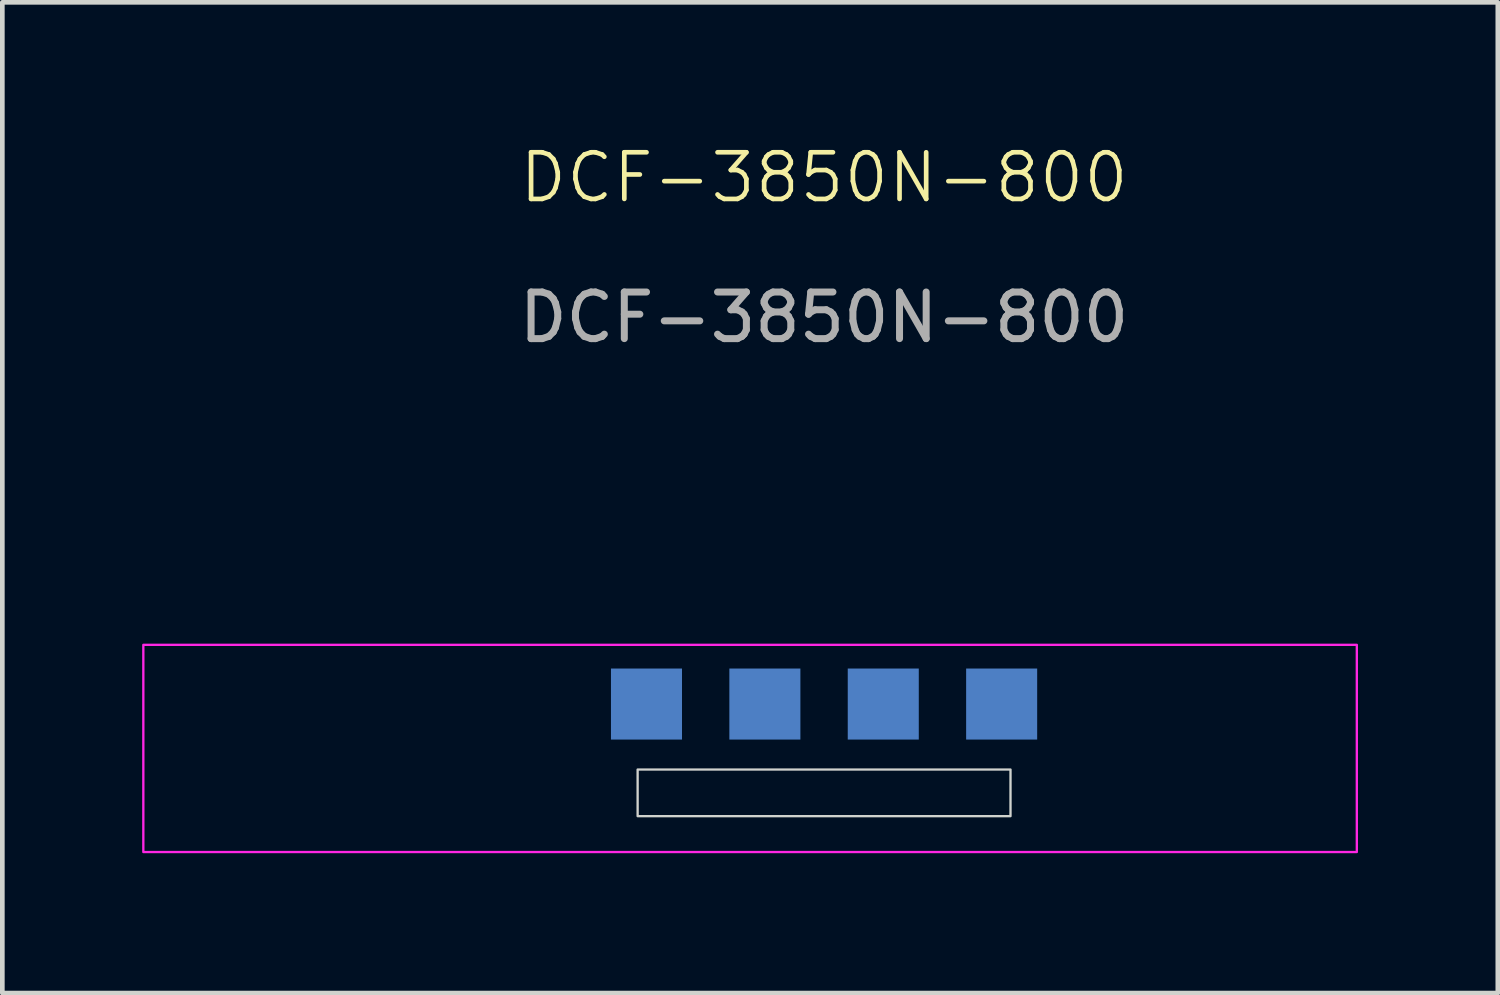
<source format=kicad_pcb>
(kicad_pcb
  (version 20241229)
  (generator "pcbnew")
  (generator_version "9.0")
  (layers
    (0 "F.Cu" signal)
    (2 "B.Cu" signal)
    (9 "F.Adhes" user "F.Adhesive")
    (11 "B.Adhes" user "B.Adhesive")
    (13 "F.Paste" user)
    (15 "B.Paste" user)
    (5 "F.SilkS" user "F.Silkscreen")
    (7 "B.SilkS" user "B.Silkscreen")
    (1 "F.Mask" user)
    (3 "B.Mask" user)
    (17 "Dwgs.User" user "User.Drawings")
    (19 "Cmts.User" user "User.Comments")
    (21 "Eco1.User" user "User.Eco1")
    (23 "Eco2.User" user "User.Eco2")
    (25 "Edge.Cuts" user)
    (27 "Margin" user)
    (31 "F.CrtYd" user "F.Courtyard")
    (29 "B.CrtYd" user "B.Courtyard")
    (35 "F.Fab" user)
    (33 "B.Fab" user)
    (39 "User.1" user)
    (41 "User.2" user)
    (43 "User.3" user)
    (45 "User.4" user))
  (footprint "DCF-3850N-800"
    (layer "F.Cu")
    (at 14.63 13.96)
    (property "Reference" "DCF-3850N-800" (at 0 -13.2 0) (unlocked yes) (layer "F.SilkS") (effects (font (size 1 1) (thickness 0.1))))
    (attr through_hole)
    (fp_rect (start -4 -0.5) (end 4 0.5) (stroke (width 0.05) (type default)) (fill no) (layer "Edge.Cuts"))
    (fp_rect (start -14.605 -3.175) (end 11.43 1.27) (stroke (width 0.05) (type default)) (fill no) (layer "F.CrtYd"))
    (fp_line (start -4 0) (end 4 0) (stroke (width 1.6) (type default)) (layer "User.2"))
    (fp_text user "${REFERENCE}" (at 0 -10.2 0) (unlocked yes) (layer "F.Fab") (effects (font (size 1 1) (thickness 0.15))))
    (pad "1" smd rect (at -3.81 -1.905) (size 1.524 1.524) (layers "B.Cu" "B.Mask" "B.Paste"))
    (pad "2" smd rect (at -1.27 -1.905) (size 1.524 1.524) (layers "B.Cu" "B.Mask" "B.Paste"))
    (pad "3" smd rect (at 1.27 -1.905) (size 1.524 1.524) (layers "B.Cu" "B.Mask" "B.Paste"))
    (pad "4" smd rect (at 3.81 -1.905) (size 1.524 1.524) (layers "B.Cu" "B.Mask" "B.Paste")))
  (gr_rect
    (start -3 -3)
    (end 29.085 18.256)
    (stroke (width 0.1) (type default))
    (fill no)
    (layer "Edge.Cuts")))
</source>
